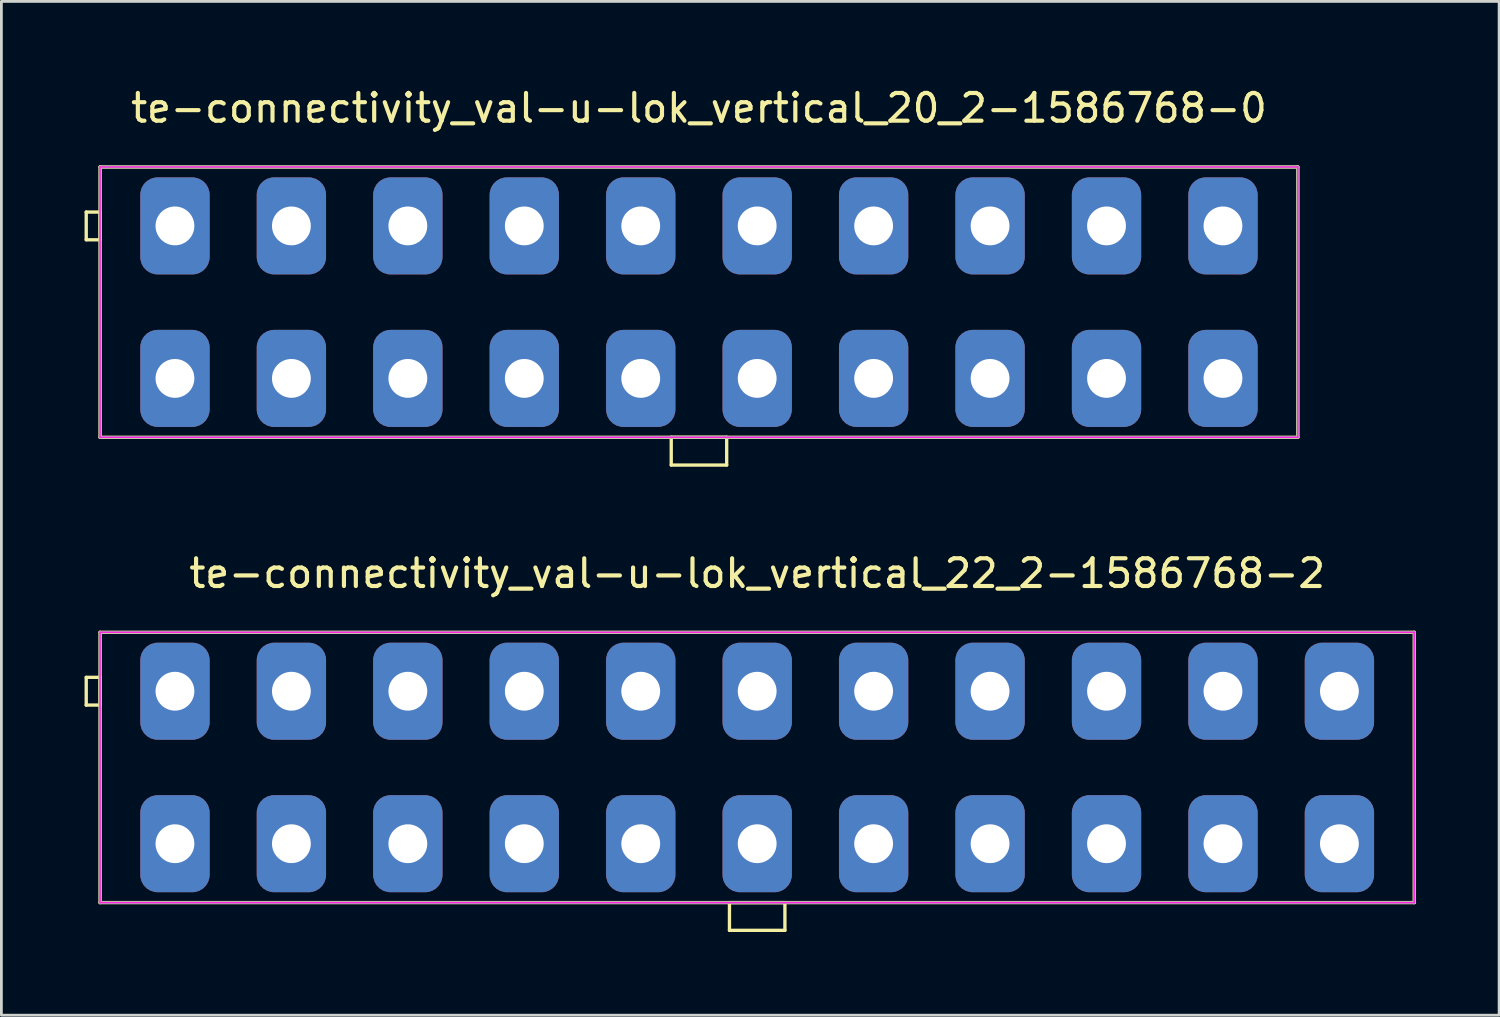
<source format=kicad_pcb>
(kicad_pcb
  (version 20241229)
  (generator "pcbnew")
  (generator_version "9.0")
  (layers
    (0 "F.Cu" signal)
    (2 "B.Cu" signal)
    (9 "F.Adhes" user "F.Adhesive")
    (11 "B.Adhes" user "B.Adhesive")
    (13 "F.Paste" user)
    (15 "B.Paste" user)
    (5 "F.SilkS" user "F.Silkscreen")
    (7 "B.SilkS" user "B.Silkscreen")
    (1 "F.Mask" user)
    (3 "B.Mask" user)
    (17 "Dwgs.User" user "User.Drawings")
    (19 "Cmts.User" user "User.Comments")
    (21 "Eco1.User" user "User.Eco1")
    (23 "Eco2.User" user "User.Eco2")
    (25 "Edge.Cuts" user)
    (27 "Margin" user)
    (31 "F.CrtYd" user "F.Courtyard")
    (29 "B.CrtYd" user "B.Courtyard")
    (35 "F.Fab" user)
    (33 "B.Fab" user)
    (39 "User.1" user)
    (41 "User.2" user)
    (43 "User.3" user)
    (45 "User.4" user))
  (footprint "te-connectivity_val-u-lok_vertical_20_2-1586768-0"
    (layer "F.Cu")
    (at 22.16 7.848)
    (property "Reference" "te-connectivity_val-u-lok_vertical_20_2-1586768-0" (at 0 -7 0) (layer "F.SilkS") (effects (font (size 1 1) (thickness 0.15))))
    (attr through_hole)
    (fp_line (start -22.1 -3.25) (end -21.6 -3.25) (stroke (width 0.12) (type solid)) (layer "F.SilkS"))
    (fp_line (start -22.1 -2.25) (end -22.1 -3.25) (stroke (width 0.12) (type solid)) (layer "F.SilkS"))
    (fp_line (start -21.6 -4.875) (end -21.6 4.875) (stroke (width 0.12) (type solid)) (layer "F.SilkS"))
    (fp_line (start -21.6 -3.25) (end -21.6 -2.25) (stroke (width 0.12) (type solid)) (layer "F.SilkS"))
    (fp_line (start -21.6 -2.25) (end -22.1 -2.25) (stroke (width 0.12) (type solid)) (layer "F.SilkS"))
    (fp_line (start -21.6 4.875) (end 21.6 4.875) (stroke (width 0.12) (type solid)) (layer "F.SilkS"))
    (fp_line (start -1 4.875) (end -1 5.875) (stroke (width 0.12) (type solid)) (layer "F.SilkS"))
    (fp_line (start -1 5.875) (end 1 5.875) (stroke (width 0.12) (type solid)) (layer "F.SilkS"))
    (fp_line (start 1 4.875) (end -1 4.875) (stroke (width 0.12) (type solid)) (layer "F.SilkS"))
    (fp_line (start 1 5.875) (end 1 4.875) (stroke (width 0.12) (type solid)) (layer "F.SilkS"))
    (fp_line (start 21.6 -4.875) (end -21.6 -4.875) (stroke (width 0.12) (type solid)) (layer "F.SilkS"))
    (fp_line (start 21.6 4.875) (end 21.6 -4.875) (stroke (width 0.12) (type solid)) (layer "F.SilkS"))
    (fp_line (start -21.6 -4.875) (end -21.6 4.875) (stroke (width 0.05) (type solid)) (layer "F.CrtYd"))
    (fp_line (start -21.6 4.875) (end 21.6 4.875) (stroke (width 0.05) (type solid)) (layer "F.CrtYd"))
    (fp_line (start 21.6 -4.875) (end -21.6 -4.875) (stroke (width 0.05) (type solid)) (layer "F.CrtYd"))
    (fp_line (start 21.6 4.875) (end 21.6 -4.875) (stroke (width 0.05) (type solid)) (layer "F.CrtYd"))
    (fp_line (start -21.6 -4.875) (end -21.6 4.875) (stroke (width 0.1) (type solid)) (layer "F.Fab"))
    (fp_line (start -21.6 4.875) (end 21.6 4.875) (stroke (width 0.1) (type solid)) (layer "F.Fab"))
    (fp_line (start 21.6 -4.875) (end -21.6 -4.875) (stroke (width 0.1) (type solid)) (layer "F.Fab"))
    (fp_line (start 21.6 4.875) (end 21.6 -4.875) (stroke (width 0.1) (type solid)) (layer "F.Fab"))
    (pad "1" thru_hole roundrect (at -18.9 -2.75) (size 2.5 3.5) (drill 1.4) (layers "*.Cu" "*.Mask") (roundrect_rratio 0.25))
    (pad "2" thru_hole roundrect (at -18.9 2.75) (size 2.5 3.5) (drill 1.4) (layers "*.Cu" "*.Mask") (roundrect_rratio 0.25))
    (pad "3" thru_hole roundrect (at -14.7 -2.75) (size 2.5 3.5) (drill 1.4) (layers "*.Cu" "*.Mask") (roundrect_rratio 0.25))
    (pad "4" thru_hole roundrect (at -14.7 2.75) (size 2.5 3.5) (drill 1.4) (layers "*.Cu" "*.Mask") (roundrect_rratio 0.25))
    (pad "5" thru_hole roundrect (at -10.5 -2.75) (size 2.5 3.5) (drill 1.4) (layers "*.Cu" "*.Mask") (roundrect_rratio 0.25))
    (pad "6" thru_hole roundrect (at -10.5 2.75) (size 2.5 3.5) (drill 1.4) (layers "*.Cu" "*.Mask") (roundrect_rratio 0.25))
    (pad "7" thru_hole roundrect (at -6.3 -2.75) (size 2.5 3.5) (drill 1.4) (layers "*.Cu" "*.Mask") (roundrect_rratio 0.25))
    (pad "8" thru_hole roundrect (at -6.3 2.75) (size 2.5 3.5) (drill 1.4) (layers "*.Cu" "*.Mask") (roundrect_rratio 0.25))
    (pad "9" thru_hole roundrect (at -2.1 -2.75) (size 2.5 3.5) (drill 1.4) (layers "*.Cu" "*.Mask") (roundrect_rratio 0.25))
    (pad "10" thru_hole roundrect (at -2.1 2.75) (size 2.5 3.5) (drill 1.4) (layers "*.Cu" "*.Mask") (roundrect_rratio 0.25))
    (pad "11" thru_hole roundrect (at 2.1 -2.75) (size 2.5 3.5) (drill 1.4) (layers "*.Cu" "*.Mask") (roundrect_rratio 0.25))
    (pad "12" thru_hole roundrect (at 2.1 2.75) (size 2.5 3.5) (drill 1.4) (layers "*.Cu" "*.Mask") (roundrect_rratio 0.25))
    (pad "13" thru_hole roundrect (at 6.3 -2.75) (size 2.5 3.5) (drill 1.4) (layers "*.Cu" "*.Mask") (roundrect_rratio 0.25))
    (pad "14" thru_hole roundrect (at 6.3 2.75) (size 2.5 3.5) (drill 1.4) (layers "*.Cu" "*.Mask") (roundrect_rratio 0.25))
    (pad "15" thru_hole roundrect (at 10.5 -2.75) (size 2.5 3.5) (drill 1.4) (layers "*.Cu" "*.Mask") (roundrect_rratio 0.25))
    (pad "16" thru_hole roundrect (at 10.5 2.75) (size 2.5 3.5) (drill 1.4) (layers "*.Cu" "*.Mask") (roundrect_rratio 0.25))
    (pad "17" thru_hole roundrect (at 14.7 -2.75) (size 2.5 3.5) (drill 1.4) (layers "*.Cu" "*.Mask") (roundrect_rratio 0.25))
    (pad "18" thru_hole roundrect (at 14.7 2.75) (size 2.5 3.5) (drill 1.4) (layers "*.Cu" "*.Mask") (roundrect_rratio 0.25))
    (pad "19" thru_hole roundrect (at 18.9 -2.75) (size 2.5 3.5) (drill 1.4) (layers "*.Cu" "*.Mask") (roundrect_rratio 0.25))
    (pad "20" thru_hole roundrect (at 18.9 2.75) (size 2.5 3.5) (drill 1.4) (layers "*.Cu" "*.Mask") (roundrect_rratio 0.25)))
  (footprint "te-connectivity_val-u-lok_vertical_22_2-1586768-2"
    (layer "F.Cu")
    (at 24.26 24.631)
    (property "Reference" "te-connectivity_val-u-lok_vertical_22_2-1586768-2" (at 0 -7 0) (layer "F.SilkS") (effects (font (size 1 1) (thickness 0.15))))
    (attr through_hole)
    (fp_line (start -24.2 -3.25) (end -23.7 -3.25) (stroke (width 0.12) (type solid)) (layer "F.SilkS"))
    (fp_line (start -24.2 -2.25) (end -24.2 -3.25) (stroke (width 0.12) (type solid)) (layer "F.SilkS"))
    (fp_line (start -23.7 -4.875) (end -23.7 4.875) (stroke (width 0.12) (type solid)) (layer "F.SilkS"))
    (fp_line (start -23.7 -3.25) (end -23.7 -2.25) (stroke (width 0.12) (type solid)) (layer "F.SilkS"))
    (fp_line (start -23.7 -2.25) (end -24.2 -2.25) (stroke (width 0.12) (type solid)) (layer "F.SilkS"))
    (fp_line (start -23.7 4.875) (end 23.7 4.875) (stroke (width 0.12) (type solid)) (layer "F.SilkS"))
    (fp_line (start -1 4.875) (end -1 5.875) (stroke (width 0.12) (type solid)) (layer "F.SilkS"))
    (fp_line (start -1 5.875) (end 1 5.875) (stroke (width 0.12) (type solid)) (layer "F.SilkS"))
    (fp_line (start 1 4.875) (end -1 4.875) (stroke (width 0.12) (type solid)) (layer "F.SilkS"))
    (fp_line (start 1 5.875) (end 1 4.875) (stroke (width 0.12) (type solid)) (layer "F.SilkS"))
    (fp_line (start 23.7 -4.875) (end -23.7 -4.875) (stroke (width 0.12) (type solid)) (layer "F.SilkS"))
    (fp_line (start 23.7 4.875) (end 23.7 -4.875) (stroke (width 0.12) (type solid)) (layer "F.SilkS"))
    (fp_line (start -23.7 -4.875) (end -23.7 4.875) (stroke (width 0.05) (type solid)) (layer "F.CrtYd"))
    (fp_line (start -23.7 4.875) (end 23.7 4.875) (stroke (width 0.05) (type solid)) (layer "F.CrtYd"))
    (fp_line (start 23.7 -4.875) (end -23.7 -4.875) (stroke (width 0.05) (type solid)) (layer "F.CrtYd"))
    (fp_line (start 23.7 4.875) (end 23.7 -4.875) (stroke (width 0.05) (type solid)) (layer "F.CrtYd"))
    (fp_line (start -23.7 -4.875) (end -23.7 4.875) (stroke (width 0.1) (type solid)) (layer "F.Fab"))
    (fp_line (start -23.7 4.875) (end 23.7 4.875) (stroke (width 0.1) (type solid)) (layer "F.Fab"))
    (fp_line (start 23.7 -4.875) (end -23.7 -4.875) (stroke (width 0.1) (type solid)) (layer "F.Fab"))
    (fp_line (start 23.7 4.875) (end 23.7 -4.875) (stroke (width 0.1) (type solid)) (layer "F.Fab"))
    (pad "1" thru_hole roundrect (at -21 -2.75) (size 2.5 3.5) (drill 1.4) (layers "*.Cu" "*.Mask") (roundrect_rratio 0.25))
    (pad "2" thru_hole roundrect (at -21 2.75) (size 2.5 3.5) (drill 1.4) (layers "*.Cu" "*.Mask") (roundrect_rratio 0.25))
    (pad "3" thru_hole roundrect (at -16.8 -2.75) (size 2.5 3.5) (drill 1.4) (layers "*.Cu" "*.Mask") (roundrect_rratio 0.25))
    (pad "4" thru_hole roundrect (at -16.8 2.75) (size 2.5 3.5) (drill 1.4) (layers "*.Cu" "*.Mask") (roundrect_rratio 0.25))
    (pad "5" thru_hole roundrect (at -12.6 -2.75) (size 2.5 3.5) (drill 1.4) (layers "*.Cu" "*.Mask") (roundrect_rratio 0.25))
    (pad "6" thru_hole roundrect (at -12.6 2.75) (size 2.5 3.5) (drill 1.4) (layers "*.Cu" "*.Mask") (roundrect_rratio 0.25))
    (pad "7" thru_hole roundrect (at -8.4 -2.75) (size 2.5 3.5) (drill 1.4) (layers "*.Cu" "*.Mask") (roundrect_rratio 0.25))
    (pad "8" thru_hole roundrect (at -8.4 2.75) (size 2.5 3.5) (drill 1.4) (layers "*.Cu" "*.Mask") (roundrect_rratio 0.25))
    (pad "9" thru_hole roundrect (at -4.2 -2.75) (size 2.5 3.5) (drill 1.4) (layers "*.Cu" "*.Mask") (roundrect_rratio 0.25))
    (pad "10" thru_hole roundrect (at -4.2 2.75) (size 2.5 3.5) (drill 1.4) (layers "*.Cu" "*.Mask") (roundrect_rratio 0.25))
    (pad "11" thru_hole roundrect (at 0 -2.75) (size 2.5 3.5) (drill 1.4) (layers "*.Cu" "*.Mask") (roundrect_rratio 0.25))
    (pad "12" thru_hole roundrect (at 0 2.75) (size 2.5 3.5) (drill 1.4) (layers "*.Cu" "*.Mask") (roundrect_rratio 0.25))
    (pad "13" thru_hole roundrect (at 4.2 -2.75) (size 2.5 3.5) (drill 1.4) (layers "*.Cu" "*.Mask") (roundrect_rratio 0.25))
    (pad "14" thru_hole roundrect (at 4.2 2.75) (size 2.5 3.5) (drill 1.4) (layers "*.Cu" "*.Mask") (roundrect_rratio 0.25))
    (pad "15" thru_hole roundrect (at 8.4 -2.75) (size 2.5 3.5) (drill 1.4) (layers "*.Cu" "*.Mask") (roundrect_rratio 0.25))
    (pad "16" thru_hole roundrect (at 8.4 2.75) (size 2.5 3.5) (drill 1.4) (layers "*.Cu" "*.Mask") (roundrect_rratio 0.25))
    (pad "17" thru_hole roundrect (at 12.6 -2.75) (size 2.5 3.5) (drill 1.4) (layers "*.Cu" "*.Mask") (roundrect_rratio 0.25))
    (pad "18" thru_hole roundrect (at 12.6 2.75) (size 2.5 3.5) (drill 1.4) (layers "*.Cu" "*.Mask") (roundrect_rratio 0.25))
    (pad "19" thru_hole roundrect (at 16.8 -2.75) (size 2.5 3.5) (drill 1.4) (layers "*.Cu" "*.Mask") (roundrect_rratio 0.25))
    (pad "20" thru_hole roundrect (at 16.8 2.75) (size 2.5 3.5) (drill 1.4) (layers "*.Cu" "*.Mask") (roundrect_rratio 0.25))
    (pad "21" thru_hole roundrect (at 21 -2.75) (size 2.5 3.5) (drill 1.4) (layers "*.Cu" "*.Mask") (roundrect_rratio 0.25))
    (pad "22" thru_hole roundrect (at 21 2.75) (size 2.5 3.5) (drill 1.4) (layers "*.Cu" "*.Mask") (roundrect_rratio 0.25)))
  (gr_rect
    (start -3 -3)
    (end 51.02 33.566)
    (stroke (width 0.1) (type default))
    (fill no)
    (layer "Edge.Cuts")))
</source>
